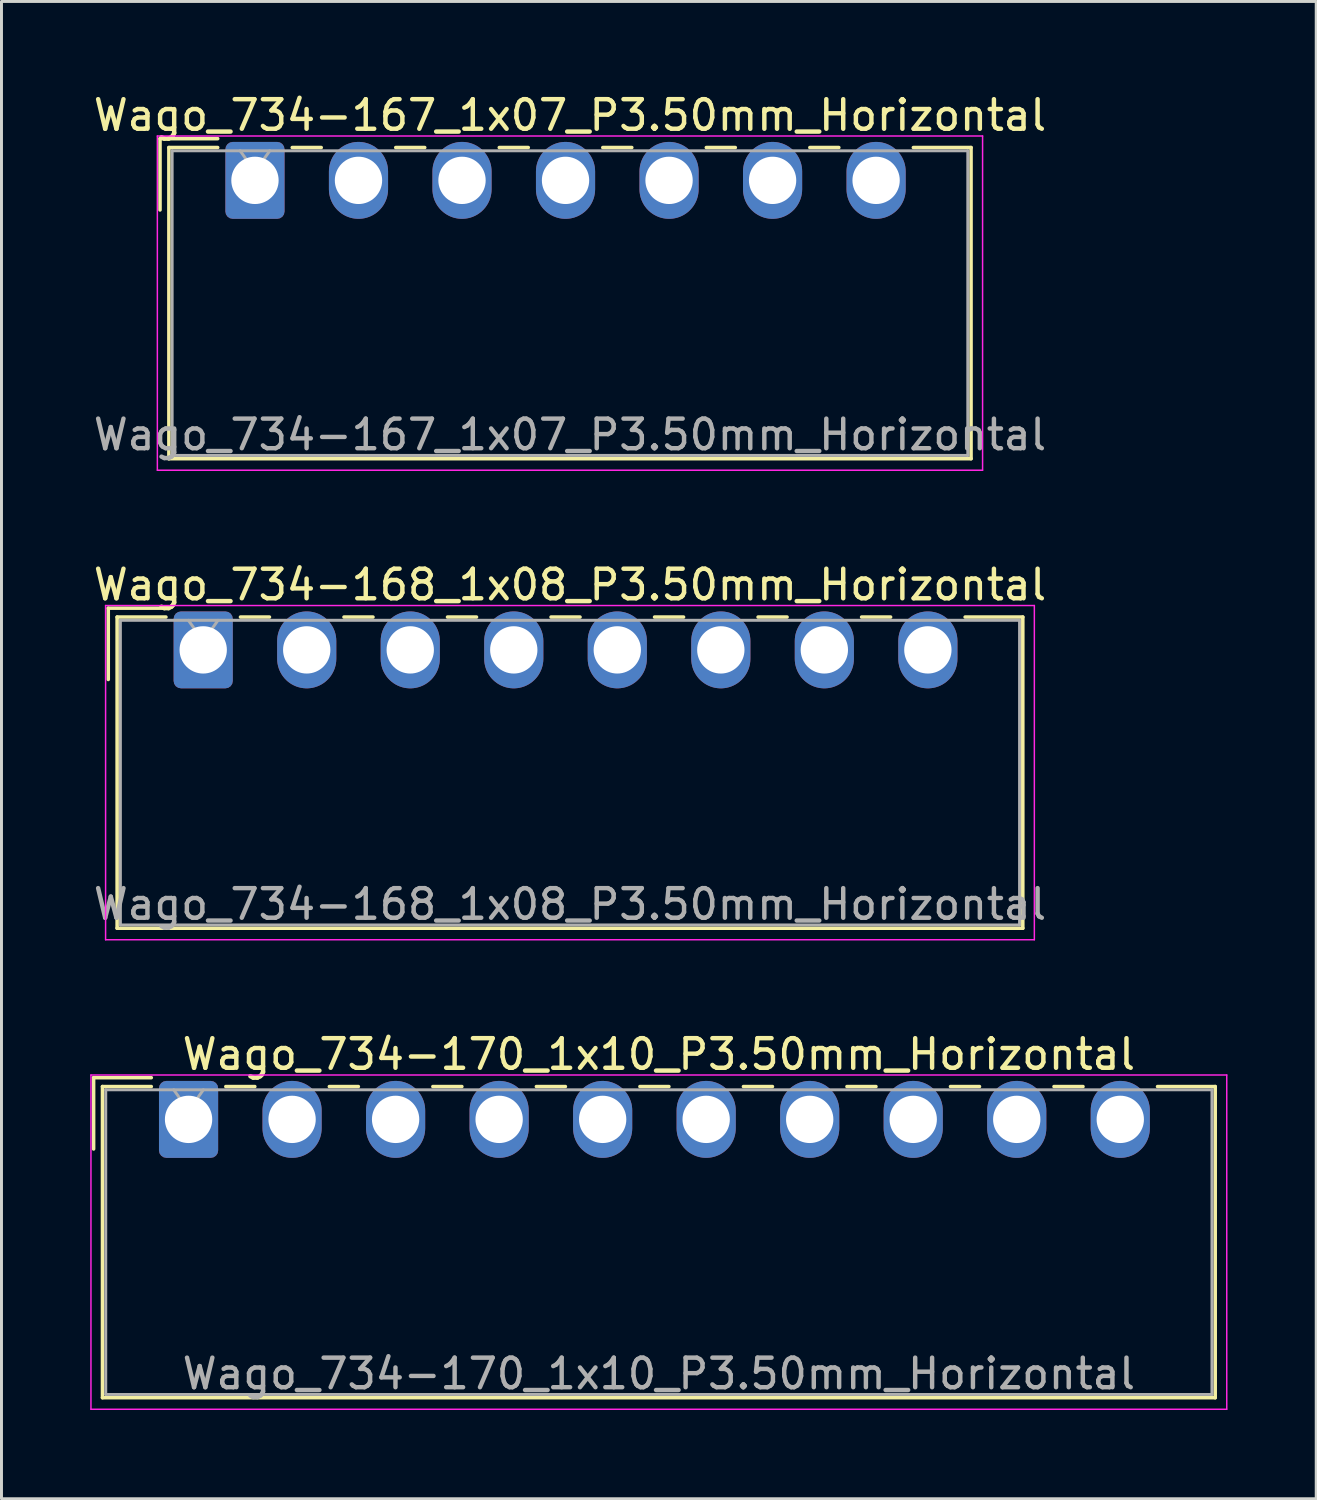
<source format=kicad_pcb>
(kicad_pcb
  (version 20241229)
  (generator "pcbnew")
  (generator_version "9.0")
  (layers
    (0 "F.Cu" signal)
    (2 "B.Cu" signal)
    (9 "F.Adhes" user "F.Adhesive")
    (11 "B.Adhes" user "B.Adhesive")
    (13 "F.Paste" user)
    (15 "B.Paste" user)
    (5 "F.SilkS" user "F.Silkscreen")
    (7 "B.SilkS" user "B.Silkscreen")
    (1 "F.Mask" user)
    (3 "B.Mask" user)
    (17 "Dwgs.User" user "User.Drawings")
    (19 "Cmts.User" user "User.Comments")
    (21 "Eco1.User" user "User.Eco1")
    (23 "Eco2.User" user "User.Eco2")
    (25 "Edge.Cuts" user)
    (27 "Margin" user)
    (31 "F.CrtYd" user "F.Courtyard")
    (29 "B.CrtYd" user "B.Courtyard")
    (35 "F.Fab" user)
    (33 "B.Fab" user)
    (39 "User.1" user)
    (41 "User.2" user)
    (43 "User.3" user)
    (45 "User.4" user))
  (footprint "Wago_734-170_1x10_P3.50mm_Horizontal"
    (layer "F.Cu")
    (at 3.325 34.795)
    (property "Reference" "Wago_734-170_1x10_P3.50mm_Horizontal" (at 15.9 -2.2 0) (layer "F.SilkS") (effects (font (size 1 1) (thickness 0.15))))
    (attr through_hole)
    (fp_line (start -3.21 -1.41) (end -1.26 -1.41) (stroke (width 0.12) (type solid)) (layer "F.SilkS"))
    (fp_line (start -3.21 1) (end -3.21 -1.41) (stroke (width 0.12) (type solid)) (layer "F.SilkS"))
    (fp_line (start -2.91 -1.11) (end -2.91 9.41) (stroke (width 0.12) (type solid)) (layer "F.SilkS"))
    (fp_line (start -2.91 9.41) (end 34.71 9.41) (stroke (width 0.12) (type solid)) (layer "F.SilkS"))
    (fp_line (start -1.26 -1.11) (end -2.91 -1.11) (stroke (width 0.12) (type solid)) (layer "F.SilkS"))
    (fp_line (start 1.26 -1.11) (end 2.24 -1.11) (stroke (width 0.12) (type solid)) (layer "F.SilkS"))
    (fp_line (start 4.76 -1.11) (end 5.74 -1.11) (stroke (width 0.12) (type solid)) (layer "F.SilkS"))
    (fp_line (start 8.26 -1.11) (end 9.24 -1.11) (stroke (width 0.12) (type solid)) (layer "F.SilkS"))
    (fp_line (start 11.76 -1.11) (end 12.74 -1.11) (stroke (width 0.12) (type solid)) (layer "F.SilkS"))
    (fp_line (start 15.26 -1.11) (end 16.24 -1.11) (stroke (width 0.12) (type solid)) (layer "F.SilkS"))
    (fp_line (start 18.76 -1.11) (end 19.74 -1.11) (stroke (width 0.12) (type solid)) (layer "F.SilkS"))
    (fp_line (start 22.26 -1.11) (end 23.24 -1.11) (stroke (width 0.12) (type solid)) (layer "F.SilkS"))
    (fp_line (start 25.76 -1.11) (end 26.74 -1.11) (stroke (width 0.12) (type solid)) (layer "F.SilkS"))
    (fp_line (start 29.26 -1.11) (end 30.24 -1.11) (stroke (width 0.12) (type solid)) (layer "F.SilkS"))
    (fp_line (start 34.71 -1.11) (end 32.76 -1.11) (stroke (width 0.12) (type solid)) (layer "F.SilkS"))
    (fp_line (start 34.71 9.41) (end 34.71 -1.11) (stroke (width 0.12) (type solid)) (layer "F.SilkS"))
    (fp_line (start -3.3 -1.5) (end -3.3 9.8) (stroke (width 0.05) (type solid)) (layer "F.CrtYd"))
    (fp_line (start -3.3 9.8) (end 35.1 9.8) (stroke (width 0.05) (type solid)) (layer "F.CrtYd"))
    (fp_line (start 35.1 -1.5) (end -3.3 -1.5) (stroke (width 0.05) (type solid)) (layer "F.CrtYd"))
    (fp_line (start 35.1 9.8) (end 35.1 -1.5) (stroke (width 0.05) (type solid)) (layer "F.CrtYd"))
    (fp_line (start -2.8 -1) (end -2.8 9.3) (stroke (width 0.1) (type solid)) (layer "F.Fab"))
    (fp_line (start -2.8 9.3) (end 34.6 9.3) (stroke (width 0.1) (type solid)) (layer "F.Fab"))
    (fp_line (start -0.5 -1) (end 0 -0.293) (stroke (width 0.1) (type solid)) (layer "F.Fab"))
    (fp_line (start 0 -0.293) (end 0.5 -1) (stroke (width 0.1) (type solid)) (layer "F.Fab"))
    (fp_line (start 34.6 -1) (end -2.8 -1) (stroke (width 0.1) (type solid)) (layer "F.Fab"))
    (fp_line (start 34.6 9.3) (end 34.6 -1) (stroke (width 0.1) (type solid)) (layer "F.Fab"))
    (fp_text user "${REFERENCE}" (at 15.9 8.6 0) (layer "F.Fab") (effects (font (size 1 1) (thickness 0.15))))
    (pad "1" thru_hole roundrect (at 0 0) (size 2 2.6) (drill 1.6) (layers "*.Cu" "*.Mask") (roundrect_rratio 0.125))
    (pad "2" thru_hole oval (at 3.5 0) (size 2 2.6) (drill 1.6) (layers "*.Cu" "*.Mask"))
    (pad "3" thru_hole oval (at 7 0) (size 2 2.6) (drill 1.6) (layers "*.Cu" "*.Mask"))
    (pad "4" thru_hole oval (at 10.5 0) (size 2 2.6) (drill 1.6) (layers "*.Cu" "*.Mask"))
    (pad "5" thru_hole oval (at 14 0) (size 2 2.6) (drill 1.6) (layers "*.Cu" "*.Mask"))
    (pad "6" thru_hole oval (at 17.5 0) (size 2 2.6) (drill 1.6) (layers "*.Cu" "*.Mask"))
    (pad "7" thru_hole oval (at 21 0) (size 2 2.6) (drill 1.6) (layers "*.Cu" "*.Mask"))
    (pad "8" thru_hole oval (at 24.5 0) (size 2 2.6) (drill 1.6) (layers "*.Cu" "*.Mask"))
    (pad "9" thru_hole oval (at 28 0) (size 2 2.6) (drill 1.6) (layers "*.Cu" "*.Mask"))
    (pad "10" thru_hole oval (at 31.5 0) (size 2 2.6) (drill 1.6) (layers "*.Cu" "*.Mask")))
  (footprint "Wago_734-167_1x07_P3.50mm_Horizontal"
    (layer "F.Cu")
    (at 5.57 3.048)
    (property "Reference" "Wago_734-167_1x07_P3.50mm_Horizontal" (at 10.65 -2.2 0) (layer "F.SilkS") (effects (font (size 1 1) (thickness 0.15))))
    (attr through_hole)
    (fp_line (start -3.21 -1.41) (end -1.26 -1.41) (stroke (width 0.12) (type solid)) (layer "F.SilkS"))
    (fp_line (start -3.21 1) (end -3.21 -1.41) (stroke (width 0.12) (type solid)) (layer "F.SilkS"))
    (fp_line (start -2.91 -1.11) (end -2.91 9.41) (stroke (width 0.12) (type solid)) (layer "F.SilkS"))
    (fp_line (start -2.91 9.41) (end 24.21 9.41) (stroke (width 0.12) (type solid)) (layer "F.SilkS"))
    (fp_line (start -1.26 -1.11) (end -2.91 -1.11) (stroke (width 0.12) (type solid)) (layer "F.SilkS"))
    (fp_line (start 1.26 -1.11) (end 2.24 -1.11) (stroke (width 0.12) (type solid)) (layer "F.SilkS"))
    (fp_line (start 4.76 -1.11) (end 5.74 -1.11) (stroke (width 0.12) (type solid)) (layer "F.SilkS"))
    (fp_line (start 8.26 -1.11) (end 9.24 -1.11) (stroke (width 0.12) (type solid)) (layer "F.SilkS"))
    (fp_line (start 11.76 -1.11) (end 12.74 -1.11) (stroke (width 0.12) (type solid)) (layer "F.SilkS"))
    (fp_line (start 15.26 -1.11) (end 16.24 -1.11) (stroke (width 0.12) (type solid)) (layer "F.SilkS"))
    (fp_line (start 18.76 -1.11) (end 19.74 -1.11) (stroke (width 0.12) (type solid)) (layer "F.SilkS"))
    (fp_line (start 24.21 -1.11) (end 22.26 -1.11) (stroke (width 0.12) (type solid)) (layer "F.SilkS"))
    (fp_line (start 24.21 9.41) (end 24.21 -1.11) (stroke (width 0.12) (type solid)) (layer "F.SilkS"))
    (fp_line (start -3.3 -1.5) (end -3.3 9.8) (stroke (width 0.05) (type solid)) (layer "F.CrtYd"))
    (fp_line (start -3.3 9.8) (end 24.6 9.8) (stroke (width 0.05) (type solid)) (layer "F.CrtYd"))
    (fp_line (start 24.6 -1.5) (end -3.3 -1.5) (stroke (width 0.05) (type solid)) (layer "F.CrtYd"))
    (fp_line (start 24.6 9.8) (end 24.6 -1.5) (stroke (width 0.05) (type solid)) (layer "F.CrtYd"))
    (fp_line (start -2.8 -1) (end -2.8 9.3) (stroke (width 0.1) (type solid)) (layer "F.Fab"))
    (fp_line (start -2.8 9.3) (end 24.1 9.3) (stroke (width 0.1) (type solid)) (layer "F.Fab"))
    (fp_line (start -0.5 -1) (end 0 -0.293) (stroke (width 0.1) (type solid)) (layer "F.Fab"))
    (fp_line (start 0 -0.293) (end 0.5 -1) (stroke (width 0.1) (type solid)) (layer "F.Fab"))
    (fp_line (start 24.1 -1) (end -2.8 -1) (stroke (width 0.1) (type solid)) (layer "F.Fab"))
    (fp_line (start 24.1 9.3) (end 24.1 -1) (stroke (width 0.1) (type solid)) (layer "F.Fab"))
    (fp_text user "${REFERENCE}" (at 10.65 8.6 0) (layer "F.Fab") (effects (font (size 1 1) (thickness 0.15))))
    (pad "1" thru_hole roundrect (at 0 0) (size 2 2.6) (drill 1.6) (layers "*.Cu" "*.Mask") (roundrect_rratio 0.125))
    (pad "2" thru_hole oval (at 3.5 0) (size 2 2.6) (drill 1.6) (layers "*.Cu" "*.Mask"))
    (pad "3" thru_hole oval (at 7 0) (size 2 2.6) (drill 1.6) (layers "*.Cu" "*.Mask"))
    (pad "4" thru_hole oval (at 10.5 0) (size 2 2.6) (drill 1.6) (layers "*.Cu" "*.Mask"))
    (pad "5" thru_hole oval (at 14 0) (size 2 2.6) (drill 1.6) (layers "*.Cu" "*.Mask"))
    (pad "6" thru_hole oval (at 17.5 0) (size 2 2.6) (drill 1.6) (layers "*.Cu" "*.Mask"))
    (pad "7" thru_hole oval (at 21 0) (size 2 2.6) (drill 1.6) (layers "*.Cu" "*.Mask")))
  (footprint "Wago_734-168_1x08_P3.50mm_Horizontal"
    (layer "F.Cu")
    (at 3.82 18.922)
    (property "Reference" "Wago_734-168_1x08_P3.50mm_Horizontal" (at 12.4 -2.2 0) (layer "F.SilkS") (effects (font (size 1 1) (thickness 0.15))))
    (attr through_hole)
    (fp_line (start -3.21 -1.41) (end -1.26 -1.41) (stroke (width 0.12) (type solid)) (layer "F.SilkS"))
    (fp_line (start -3.21 1) (end -3.21 -1.41) (stroke (width 0.12) (type solid)) (layer "F.SilkS"))
    (fp_line (start -2.91 -1.11) (end -2.91 9.41) (stroke (width 0.12) (type solid)) (layer "F.SilkS"))
    (fp_line (start -2.91 9.41) (end 27.71 9.41) (stroke (width 0.12) (type solid)) (layer "F.SilkS"))
    (fp_line (start -1.26 -1.11) (end -2.91 -1.11) (stroke (width 0.12) (type solid)) (layer "F.SilkS"))
    (fp_line (start 1.26 -1.11) (end 2.24 -1.11) (stroke (width 0.12) (type solid)) (layer "F.SilkS"))
    (fp_line (start 4.76 -1.11) (end 5.74 -1.11) (stroke (width 0.12) (type solid)) (layer "F.SilkS"))
    (fp_line (start 8.26 -1.11) (end 9.24 -1.11) (stroke (width 0.12) (type solid)) (layer "F.SilkS"))
    (fp_line (start 11.76 -1.11) (end 12.74 -1.11) (stroke (width 0.12) (type solid)) (layer "F.SilkS"))
    (fp_line (start 15.26 -1.11) (end 16.24 -1.11) (stroke (width 0.12) (type solid)) (layer "F.SilkS"))
    (fp_line (start 18.76 -1.11) (end 19.74 -1.11) (stroke (width 0.12) (type solid)) (layer "F.SilkS"))
    (fp_line (start 22.26 -1.11) (end 23.24 -1.11) (stroke (width 0.12) (type solid)) (layer "F.SilkS"))
    (fp_line (start 27.71 -1.11) (end 25.76 -1.11) (stroke (width 0.12) (type solid)) (layer "F.SilkS"))
    (fp_line (start 27.71 9.41) (end 27.71 -1.11) (stroke (width 0.12) (type solid)) (layer "F.SilkS"))
    (fp_line (start -3.3 -1.5) (end -3.3 9.8) (stroke (width 0.05) (type solid)) (layer "F.CrtYd"))
    (fp_line (start -3.3 9.8) (end 28.1 9.8) (stroke (width 0.05) (type solid)) (layer "F.CrtYd"))
    (fp_line (start 28.1 -1.5) (end -3.3 -1.5) (stroke (width 0.05) (type solid)) (layer "F.CrtYd"))
    (fp_line (start 28.1 9.8) (end 28.1 -1.5) (stroke (width 0.05) (type solid)) (layer "F.CrtYd"))
    (fp_line (start -2.8 -1) (end -2.8 9.3) (stroke (width 0.1) (type solid)) (layer "F.Fab"))
    (fp_line (start -2.8 9.3) (end 27.6 9.3) (stroke (width 0.1) (type solid)) (layer "F.Fab"))
    (fp_line (start -0.5 -1) (end 0 -0.293) (stroke (width 0.1) (type solid)) (layer "F.Fab"))
    (fp_line (start 0 -0.293) (end 0.5 -1) (stroke (width 0.1) (type solid)) (layer "F.Fab"))
    (fp_line (start 27.6 -1) (end -2.8 -1) (stroke (width 0.1) (type solid)) (layer "F.Fab"))
    (fp_line (start 27.6 9.3) (end 27.6 -1) (stroke (width 0.1) (type solid)) (layer "F.Fab"))
    (fp_text user "${REFERENCE}" (at 12.4 8.6 0) (layer "F.Fab") (effects (font (size 1 1) (thickness 0.15))))
    (pad "1" thru_hole roundrect (at 0 0) (size 2 2.6) (drill 1.6) (layers "*.Cu" "*.Mask") (roundrect_rratio 0.125))
    (pad "2" thru_hole oval (at 3.5 0) (size 2 2.6) (drill 1.6) (layers "*.Cu" "*.Mask"))
    (pad "3" thru_hole oval (at 7 0) (size 2 2.6) (drill 1.6) (layers "*.Cu" "*.Mask"))
    (pad "4" thru_hole oval (at 10.5 0) (size 2 2.6) (drill 1.6) (layers "*.Cu" "*.Mask"))
    (pad "5" thru_hole oval (at 14 0) (size 2 2.6) (drill 1.6) (layers "*.Cu" "*.Mask"))
    (pad "6" thru_hole oval (at 17.5 0) (size 2 2.6) (drill 1.6) (layers "*.Cu" "*.Mask"))
    (pad "7" thru_hole oval (at 21 0) (size 2 2.6) (drill 1.6) (layers "*.Cu" "*.Mask"))
    (pad "8" thru_hole oval (at 24.5 0) (size 2 2.6) (drill 1.6) (layers "*.Cu" "*.Mask")))
  (gr_rect
    (start -3 -3)
    (end 41.45 47.62)
    (stroke (width 0.1) (type default))
    (fill no)
    (layer "Edge.Cuts")))
</source>
